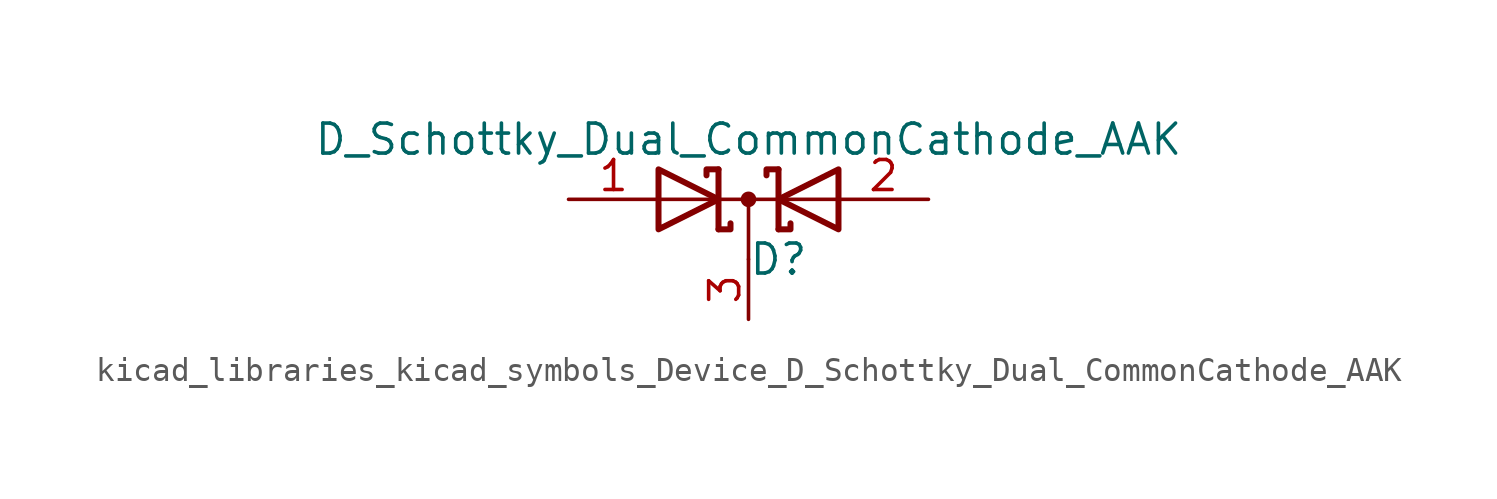
<source format=kicad_sym>
(kicad_symbol_lib
  (version 20220914)
  (generator kicad_symbol_editor)
  (symbol "kicad_libraries_kicad_symbols_Device_D_Schottky_Dual_CommonCathode_AAK"
    (pin_names
      (offset 0.762) hide)
    (property "Reference" "D"
      (at 1.27 -2.54 0)
      (effects (font (size 1.27 1.27))))
    (property "Value" "D_Schottky_Dual_CommonCathode_AAK"
      (at 0 2.54 0)
      (effects (font (size 1.27 1.27))))
    (symbol "kicad_libraries_kicad_symbols_Device_D_Schottky_Dual_CommonCathode_AAK_0_1"
      (polyline (pts (xy -3.81 0) (xy 3.81 0)) (stroke (width 0) (type default)) (fill (type none)))
      (polyline (pts (xy 0 0) (xy 0 -2.54)) (stroke (width 0) (type default)) (fill (type none)))
      (polyline (pts (xy -1.27 -1.27) (xy -1.27 1.27) (xy -1.27 1.27)) (stroke (width 0.254) (type default)) (fill (type none)))
      (polyline (pts (xy 1.27 -1.27) (xy 1.27 1.27) (xy 1.27 1.27)) (stroke (width 0.254) (type default)) (fill (type none)))
      (polyline (pts (xy -1.27 -1.27) (xy -0.762 -1.27) (xy -0.762 -1.016) (xy -0.762 -1.016)) (stroke (width 0.254) (type default)) (fill (type none)))
      (polyline (pts (xy 1.27 -1.27) (xy 1.778 -1.27) (xy 1.778 -1.016) (xy 1.778 -1.016)) (stroke (width 0.254) (type default)) (fill (type none)))
      (polyline (pts (xy 1.27 1.27) (xy 0.762 1.27) (xy 0.762 1.016) (xy 0.762 1.016)) (stroke (width 0.254) (type default)) (fill (type none)))
      (polyline (pts (xy -1.778 1.016) (xy -1.778 1.27) (xy -1.27 1.27) (xy -1.27 1.27) (xy -1.27 1.27)) (stroke (width 0.254) (type default)) (fill (type none)))
      (polyline (pts (xy -3.81 1.27) (xy -1.27 0) (xy -3.81 -1.27) (xy -3.81 1.27) (xy -3.81 1.27) (xy -3.81 1.27)) (stroke (width 0.254) (type default)) (fill (type none)))
      (polyline (pts (xy 3.81 -1.27) (xy 1.27 0) (xy 3.81 1.27) (xy 3.81 -1.27) (xy 3.81 -1.27) (xy 3.81 -1.27)) (stroke (width 0.254) (type default)) (fill (type none)))
      (circle (center 0 0) (radius 0.254) (stroke (width 0) (type default)) (fill (type outline)))
      (pin passive line (at -7.62 0 0) (length 3.81) (name "A" (effects (font (size 1.27 1.27)))) (number "1" (effects (font (size 1.27 1.27)))))
      (pin passive line (at 7.62 0 180) (length 3.81) (name "A" (effects (font (size 1.27 1.27)))) (number "2" (effects (font (size 1.27 1.27)))))
      (pin passive line (at 0 -5.08 90) (length 2.54) (name "K" (effects (font (size 1.27 1.27)))) (number "3" (effects (font (size 1.27 1.27))))))))
</source>
